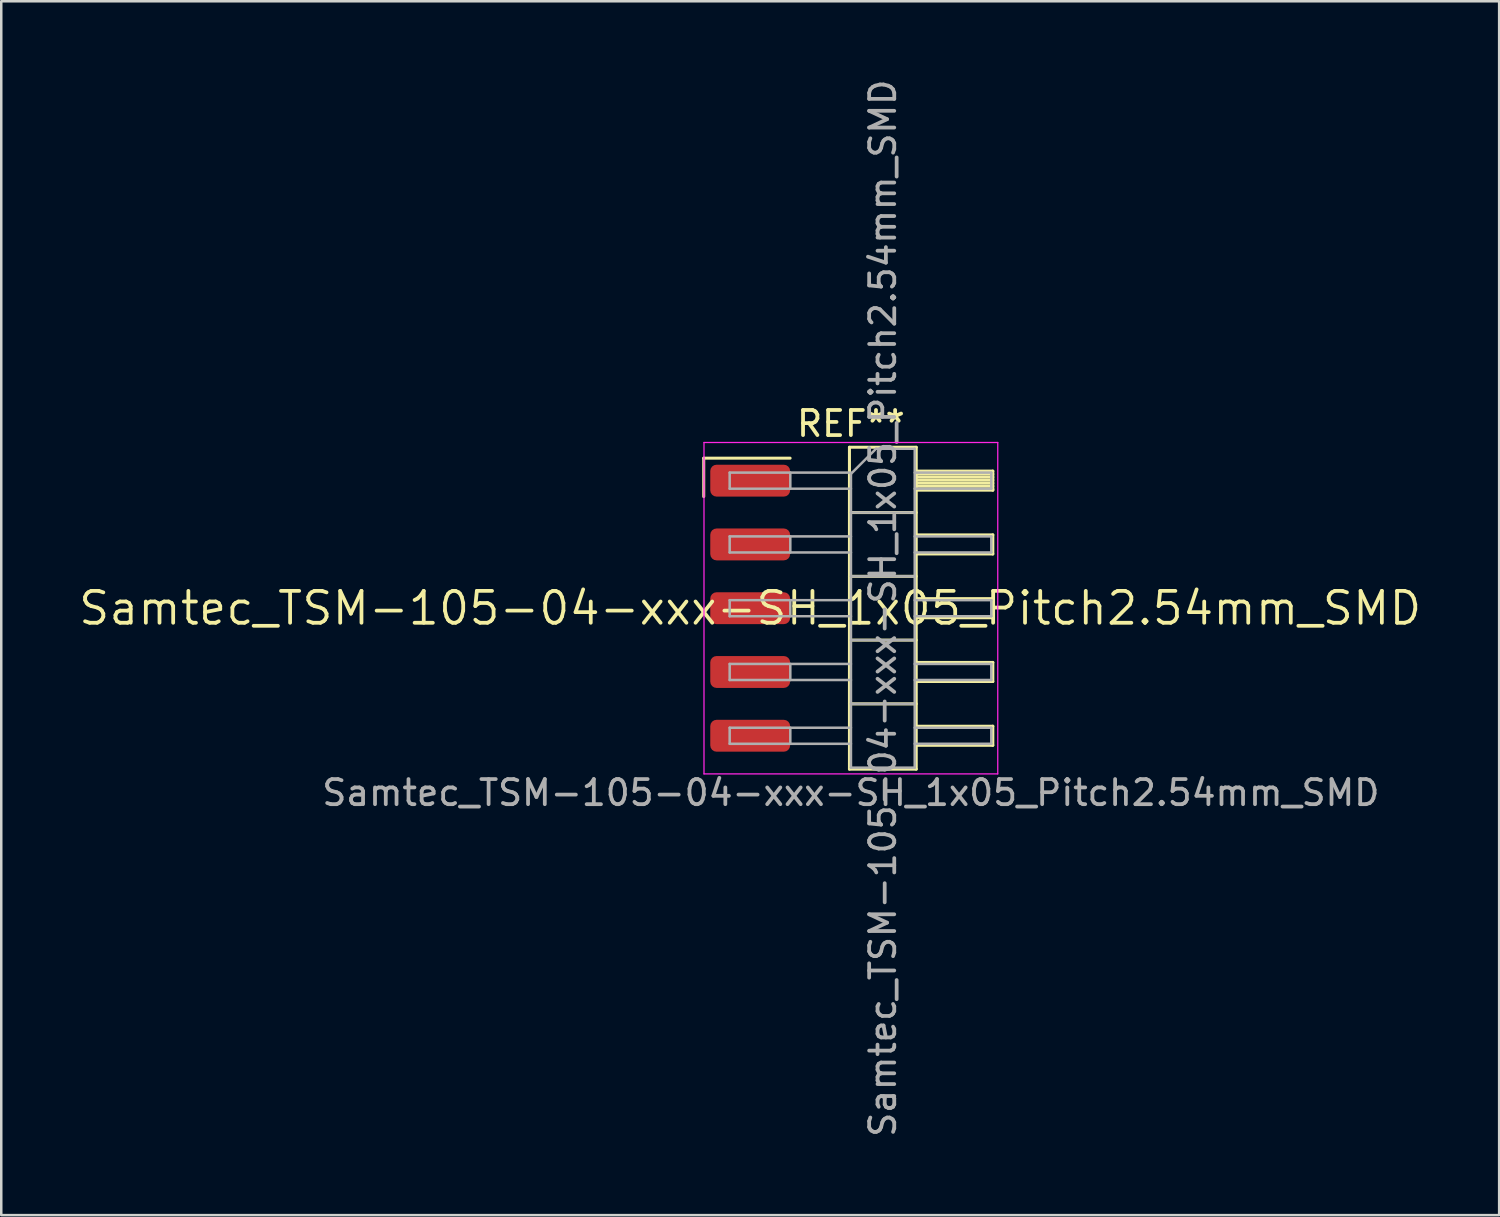
<source format=kicad_pcb>
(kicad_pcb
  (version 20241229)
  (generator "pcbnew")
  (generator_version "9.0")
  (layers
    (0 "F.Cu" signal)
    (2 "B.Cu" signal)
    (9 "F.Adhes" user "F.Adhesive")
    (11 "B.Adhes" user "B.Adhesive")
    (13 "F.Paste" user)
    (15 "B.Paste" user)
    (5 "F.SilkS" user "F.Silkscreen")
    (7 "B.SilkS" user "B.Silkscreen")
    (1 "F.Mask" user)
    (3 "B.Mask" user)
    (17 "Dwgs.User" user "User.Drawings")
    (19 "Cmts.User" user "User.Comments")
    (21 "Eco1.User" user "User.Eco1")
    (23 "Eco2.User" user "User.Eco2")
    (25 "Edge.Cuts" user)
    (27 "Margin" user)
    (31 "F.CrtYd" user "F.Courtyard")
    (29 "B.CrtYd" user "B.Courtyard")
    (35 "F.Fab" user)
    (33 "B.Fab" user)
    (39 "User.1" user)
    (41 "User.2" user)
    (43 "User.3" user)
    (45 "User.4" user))
  (footprint "Samtec_TSM-105-04-xxx-SH_1x05_Pitch2.54mm_SMD"
    (layer "F.Cu")
    (at 26.828 21.173)
    (property "Reference" "Samtec_TSM-105-04-xxx-SH_1x05_Pitch2.54mm_SMD" (at 0 0 0) (layer "F.SilkS") (effects (font (size 1.27 1.27) (thickness 0.15))))
    (attr smd)
    (fp_line (start -1.85 -5.975) (end 1.59 -5.975) (stroke (width 0.12) (type solid)) (layer "F.SilkS"))
    (fp_line (start -1.85 -4.445) (end -1.85 -5.975) (stroke (width 0.12) (type solid)) (layer "F.SilkS"))
    (fp_line (start 3.953 -6.41) (end 6.613 -6.41) (stroke (width 0.12) (type solid)) (layer "F.SilkS"))
    (fp_line (start 3.953 -3.81) (end 6.613 -3.81) (stroke (width 0.12) (type solid)) (layer "F.SilkS"))
    (fp_line (start 3.953 -1.27) (end 6.613 -1.27) (stroke (width 0.12) (type solid)) (layer "F.SilkS"))
    (fp_line (start 3.953 1.27) (end 6.613 1.27) (stroke (width 0.12) (type solid)) (layer "F.SilkS"))
    (fp_line (start 3.953 3.81) (end 6.613 3.81) (stroke (width 0.12) (type solid)) (layer "F.SilkS"))
    (fp_line (start 3.953 6.41) (end 3.953 -6.41) (stroke (width 0.12) (type solid)) (layer "F.SilkS"))
    (fp_line (start 6.613 -6.41) (end 6.613 6.41) (stroke (width 0.12) (type solid)) (layer "F.SilkS"))
    (fp_line (start 6.613 -5.46) (end 9.663 -5.46) (stroke (width 0.12) (type solid)) (layer "F.SilkS"))
    (fp_line (start 6.613 -5.34) (end 9.663 -5.34) (stroke (width 0.12) (type solid)) (layer "F.SilkS"))
    (fp_line (start 6.613 -5.22) (end 9.663 -5.22) (stroke (width 0.12) (type solid)) (layer "F.SilkS"))
    (fp_line (start 6.613 -5.1) (end 9.663 -5.1) (stroke (width 0.12) (type solid)) (layer "F.SilkS"))
    (fp_line (start 6.613 -4.98) (end 9.663 -4.98) (stroke (width 0.12) (type solid)) (layer "F.SilkS"))
    (fp_line (start 6.613 -4.86) (end 9.663 -4.86) (stroke (width 0.12) (type solid)) (layer "F.SilkS"))
    (fp_line (start 6.613 -4.74) (end 9.663 -4.74) (stroke (width 0.12) (type solid)) (layer "F.SilkS"))
    (fp_line (start 6.613 -4.7) (end 9.663 -4.7) (stroke (width 0.12) (type solid)) (layer "F.SilkS"))
    (fp_line (start 6.613 -2.92) (end 9.663 -2.92) (stroke (width 0.12) (type solid)) (layer "F.SilkS"))
    (fp_line (start 6.613 -2.16) (end 9.663 -2.16) (stroke (width 0.12) (type solid)) (layer "F.SilkS"))
    (fp_line (start 6.613 -0.38) (end 9.663 -0.38) (stroke (width 0.12) (type solid)) (layer "F.SilkS"))
    (fp_line (start 6.613 0.38) (end 9.663 0.38) (stroke (width 0.12) (type solid)) (layer "F.SilkS"))
    (fp_line (start 6.613 2.16) (end 9.663 2.16) (stroke (width 0.12) (type solid)) (layer "F.SilkS"))
    (fp_line (start 6.613 2.92) (end 9.663 2.92) (stroke (width 0.12) (type solid)) (layer "F.SilkS"))
    (fp_line (start 6.613 4.7) (end 9.663 4.7) (stroke (width 0.12) (type solid)) (layer "F.SilkS"))
    (fp_line (start 6.613 5.46) (end 9.663 5.46) (stroke (width 0.12) (type solid)) (layer "F.SilkS"))
    (fp_line (start 6.613 6.41) (end 3.953 6.41) (stroke (width 0.12) (type solid)) (layer "F.SilkS"))
    (fp_line (start 9.663 -5.46) (end 9.663 -4.7) (stroke (width 0.12) (type solid)) (layer "F.SilkS"))
    (fp_line (start 9.663 -2.92) (end 9.663 -2.16) (stroke (width 0.12) (type solid)) (layer "F.SilkS"))
    (fp_line (start 9.663 -0.38) (end 9.663 0.38) (stroke (width 0.12) (type solid)) (layer "F.SilkS"))
    (fp_line (start 9.663 2.16) (end 9.663 2.92) (stroke (width 0.12) (type solid)) (layer "F.SilkS"))
    (fp_line (start 9.663 4.7) (end 9.663 5.46) (stroke (width 0.12) (type solid)) (layer "F.SilkS"))
    (fp_line (start -1.84 -6.6) (end 9.86 -6.6) (stroke (width 0.05) (type solid)) (layer "F.CrtYd"))
    (fp_line (start -1.84 6.6) (end -1.84 -6.6) (stroke (width 0.05) (type solid)) (layer "F.CrtYd"))
    (fp_line (start 9.86 -6.6) (end 9.86 6.6) (stroke (width 0.05) (type solid)) (layer "F.CrtYd"))
    (fp_line (start 9.86 6.6) (end -1.84 6.6) (stroke (width 0.05) (type solid)) (layer "F.CrtYd"))
    (fp_line (start -0.817 -5.4) (end -0.817 -4.76) (stroke (width 0.1) (type solid)) (layer "F.Fab"))
    (fp_line (start -0.817 -5.4) (end 4.013 -5.4) (stroke (width 0.1) (type solid)) (layer "F.Fab"))
    (fp_line (start -0.817 -4.76) (end 4.013 -4.76) (stroke (width 0.1) (type solid)) (layer "F.Fab"))
    (fp_line (start -0.817 -2.86) (end -0.817 -2.22) (stroke (width 0.1) (type solid)) (layer "F.Fab"))
    (fp_line (start -0.817 -2.86) (end 4.013 -2.86) (stroke (width 0.1) (type solid)) (layer "F.Fab"))
    (fp_line (start -0.817 -2.22) (end 4.013 -2.22) (stroke (width 0.1) (type solid)) (layer "F.Fab"))
    (fp_line (start -0.817 -0.32) (end -0.817 0.32) (stroke (width 0.1) (type solid)) (layer "F.Fab"))
    (fp_line (start -0.817 -0.32) (end 4.013 -0.32) (stroke (width 0.1) (type solid)) (layer "F.Fab"))
    (fp_line (start -0.817 0.32) (end 4.013 0.32) (stroke (width 0.1) (type solid)) (layer "F.Fab"))
    (fp_line (start -0.817 2.22) (end -0.817 2.86) (stroke (width 0.1) (type solid)) (layer "F.Fab"))
    (fp_line (start -0.817 2.22) (end 4.013 2.22) (stroke (width 0.1) (type solid)) (layer "F.Fab"))
    (fp_line (start -0.817 2.86) (end 4.013 2.86) (stroke (width 0.1) (type solid)) (layer "F.Fab"))
    (fp_line (start -0.817 4.76) (end -0.817 5.4) (stroke (width 0.1) (type solid)) (layer "F.Fab"))
    (fp_line (start -0.817 4.76) (end 4.013 4.76) (stroke (width 0.1) (type solid)) (layer "F.Fab"))
    (fp_line (start -0.817 5.4) (end 4.013 5.4) (stroke (width 0.1) (type solid)) (layer "F.Fab"))
    (fp_line (start 1.598 -5.4) (end 1.598 -4.76) (stroke (width 0.1) (type solid)) (layer "F.Fab"))
    (fp_line (start 1.598 -2.86) (end 1.598 -2.22) (stroke (width 0.1) (type solid)) (layer "F.Fab"))
    (fp_line (start 1.598 -0.32) (end 1.598 0.32) (stroke (width 0.1) (type solid)) (layer "F.Fab"))
    (fp_line (start 1.598 2.22) (end 1.598 2.86) (stroke (width 0.1) (type solid)) (layer "F.Fab"))
    (fp_line (start 1.598 4.76) (end 1.598 5.4) (stroke (width 0.1) (type solid)) (layer "F.Fab"))
    (fp_line (start 4.013 -5.35) (end 5.013 -6.35) (stroke (width 0.1) (type solid)) (layer "F.Fab"))
    (fp_line (start 4.013 -3.81) (end 6.553 -3.81) (stroke (width 0.1) (type solid)) (layer "F.Fab"))
    (fp_line (start 4.013 -1.27) (end 6.553 -1.27) (stroke (width 0.1) (type solid)) (layer "F.Fab"))
    (fp_line (start 4.013 1.27) (end 6.553 1.27) (stroke (width 0.1) (type solid)) (layer "F.Fab"))
    (fp_line (start 4.013 3.81) (end 6.553 3.81) (stroke (width 0.1) (type solid)) (layer "F.Fab"))
    (fp_line (start 4.013 6.35) (end 4.013 -5.35) (stroke (width 0.1) (type solid)) (layer "F.Fab"))
    (fp_line (start 5.013 -6.35) (end 6.553 -6.35) (stroke (width 0.1) (type solid)) (layer "F.Fab"))
    (fp_line (start 6.553 -6.35) (end 6.553 6.35) (stroke (width 0.1) (type solid)) (layer "F.Fab"))
    (fp_line (start 6.553 -5.4) (end 9.603 -5.4) (stroke (width 0.1) (type solid)) (layer "F.Fab"))
    (fp_line (start 6.553 -4.76) (end 9.603 -4.76) (stroke (width 0.1) (type solid)) (layer "F.Fab"))
    (fp_line (start 6.553 -2.86) (end 9.603 -2.86) (stroke (width 0.1) (type solid)) (layer "F.Fab"))
    (fp_line (start 6.553 -2.22) (end 9.603 -2.22) (stroke (width 0.1) (type solid)) (layer "F.Fab"))
    (fp_line (start 6.553 -0.32) (end 9.603 -0.32) (stroke (width 0.1) (type solid)) (layer "F.Fab"))
    (fp_line (start 6.553 0.32) (end 9.603 0.32) (stroke (width 0.1) (type solid)) (layer "F.Fab"))
    (fp_line (start 6.553 2.22) (end 9.603 2.22) (stroke (width 0.1) (type solid)) (layer "F.Fab"))
    (fp_line (start 6.553 2.86) (end 9.603 2.86) (stroke (width 0.1) (type solid)) (layer "F.Fab"))
    (fp_line (start 6.553 4.76) (end 9.603 4.76) (stroke (width 0.1) (type solid)) (layer "F.Fab"))
    (fp_line (start 6.553 5.4) (end 9.603 5.4) (stroke (width 0.1) (type solid)) (layer "F.Fab"))
    (fp_line (start 6.553 6.35) (end 4.013 6.35) (stroke (width 0.1) (type solid)) (layer "F.Fab"))
    (fp_line (start 9.603 -5.4) (end 9.603 -4.76) (stroke (width 0.1) (type solid)) (layer "F.Fab"))
    (fp_line (start 9.603 -2.86) (end 9.603 -2.22) (stroke (width 0.1) (type solid)) (layer "F.Fab"))
    (fp_line (start 9.603 -0.32) (end 9.603 0.32) (stroke (width 0.1) (type solid)) (layer "F.Fab"))
    (fp_line (start 9.603 2.22) (end 9.603 2.86) (stroke (width 0.1) (type solid)) (layer "F.Fab"))
    (fp_line (start 9.603 4.76) (end 9.603 5.4) (stroke (width 0.1) (type solid)) (layer "F.Fab"))
    (fp_text user "REF**" (at 4.01 -7.35 0) (layer "F.SilkS") (effects (font (size 1 1) (thickness 0.15))))
    (fp_text user "${REFERENCE}" (at 5.283 0 90) (layer "F.Fab") (effects (font (size 1 1) (thickness 0.15))))
    (fp_text user "Samtec_TSM-105-04-xxx-SH_1x05_Pitch2.54mm_SMD" (at 4.01 7.35 0) (layer "F.Fab") (effects (font (size 1 1) (thickness 0.15))))
    (pad "1" smd roundrect (at 0 -5.08) (size 3.18 1.27) (layers "F.Cu" "F.Mask" "F.Paste") (roundrect_rratio 0.197))
    (pad "2" smd roundrect (at 0 -2.54) (size 3.18 1.27) (layers "F.Cu" "F.Mask" "F.Paste") (roundrect_rratio 0.197))
    (pad "3" smd roundrect (at 0 0) (size 3.18 1.27) (layers "F.Cu" "F.Mask" "F.Paste") (roundrect_rratio 0.197))
    (pad "4" smd roundrect (at 0 2.54) (size 3.18 1.27) (layers "F.Cu" "F.Mask" "F.Paste") (roundrect_rratio 0.197))
    (pad "5" smd roundrect (at 0 5.08) (size 3.18 1.27) (layers "F.Cu" "F.Mask" "F.Paste") (roundrect_rratio 0.197)))
  (gr_rect
    (start -3 -3)
    (end 56.657 45.345)
    (stroke (width 0.1) (type default))
    (fill no)
    (layer "Edge.Cuts")))
</source>
